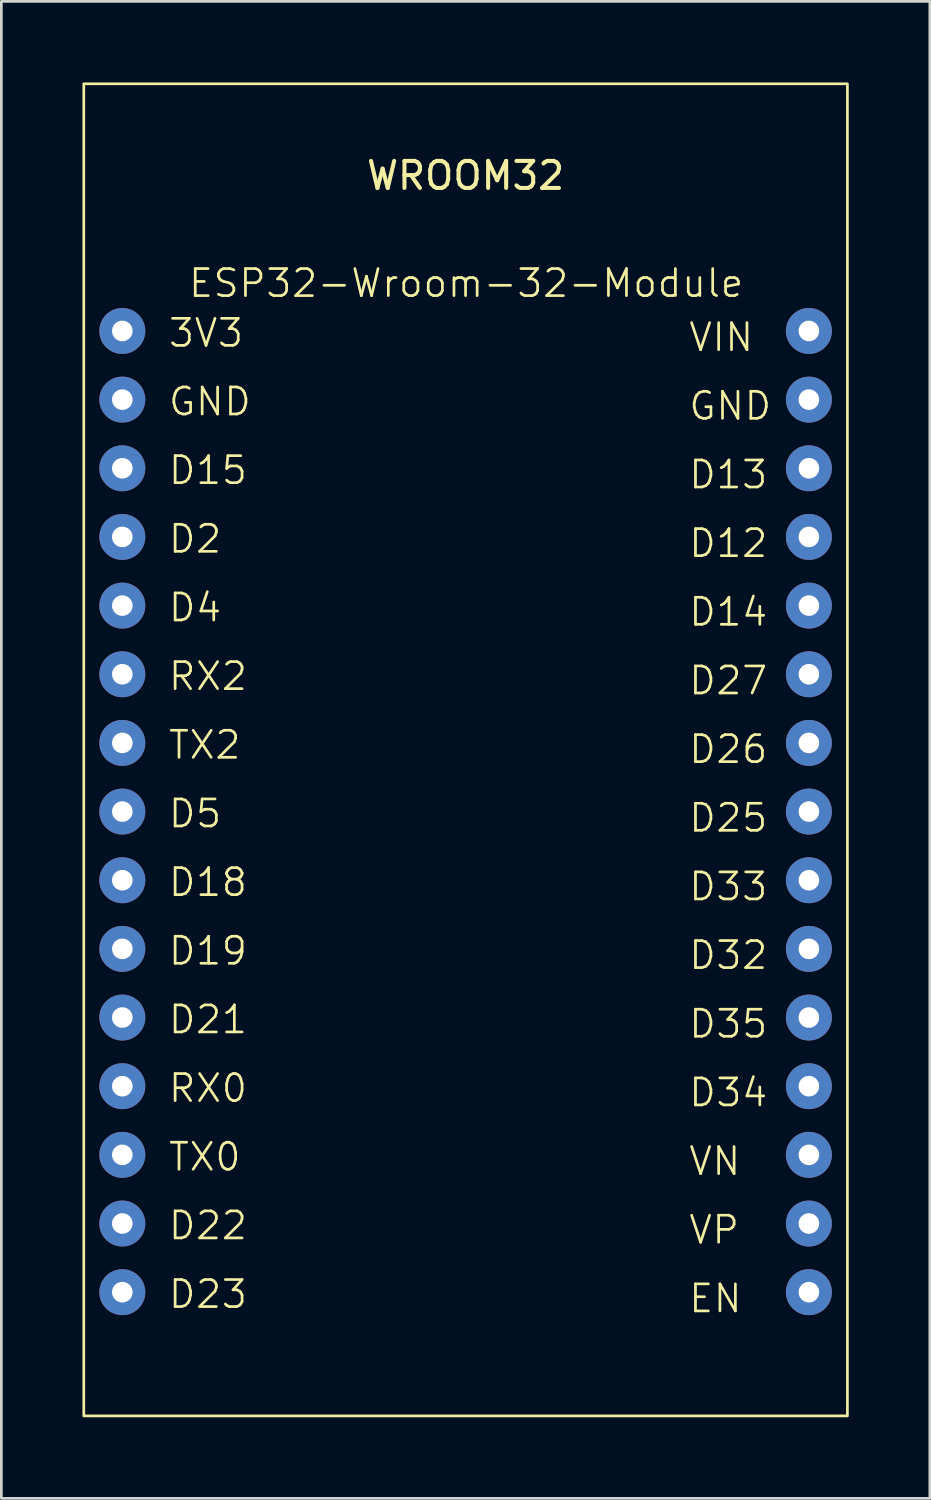
<source format=kicad_pcb>
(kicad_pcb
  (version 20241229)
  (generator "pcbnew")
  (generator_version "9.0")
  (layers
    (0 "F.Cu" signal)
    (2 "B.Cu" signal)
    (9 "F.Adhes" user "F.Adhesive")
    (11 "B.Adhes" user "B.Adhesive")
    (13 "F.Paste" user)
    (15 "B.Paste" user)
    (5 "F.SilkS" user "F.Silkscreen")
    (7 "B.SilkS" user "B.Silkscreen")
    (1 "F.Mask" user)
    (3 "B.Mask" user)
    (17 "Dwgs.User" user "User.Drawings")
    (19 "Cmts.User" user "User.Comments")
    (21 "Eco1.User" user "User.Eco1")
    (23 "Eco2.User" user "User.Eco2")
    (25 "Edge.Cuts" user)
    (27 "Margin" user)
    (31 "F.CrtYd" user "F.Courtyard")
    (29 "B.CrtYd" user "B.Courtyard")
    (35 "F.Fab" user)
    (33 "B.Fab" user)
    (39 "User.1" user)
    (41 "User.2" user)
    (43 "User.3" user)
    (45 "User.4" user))
  (footprint "ESP32-Wroom-32-Module"
    (layer "F.Cu")
    (at 1.475 1.574)
    (property "Reference" "ESP32-Wroom-32-Module" (at 12.722 5.854 0) (unlocked yes) (layer "F.SilkS") (effects (font (size 1 1) (thickness 0.1))))
    (attr through_hole)
    (fp_rect (start -1.425 -1.524) (end 26.825 47.758) (stroke (width 0.1) (type default)) (fill no) (layer "F.SilkS"))
    (fp_text user "VN" (at 20.9 38.92 0) (unlocked yes) (layer "F.SilkS") (effects (font (size 1 1) (thickness 0.1)) (justify left bottom)))
    (fp_text user "GND" (at 1.65 10.82 0) (unlocked yes) (layer "F.SilkS") (effects (font (size 1 1) (thickness 0.1)) (justify left bottom)))
    (fp_text user "VP" (at 20.9 41.46 0) (unlocked yes) (layer "F.SilkS") (effects (font (size 1 1) (thickness 0.1)) (justify left bottom)))
    (fp_text user "D13" (at 20.9 13.52 0) (unlocked yes) (layer "F.SilkS") (effects (font (size 1 1) (thickness 0.1)) (justify left bottom)))
    (fp_text user "TX2" (at 1.65 23.52 0) (unlocked yes) (layer "F.SilkS") (effects (font (size 1 1) (thickness 0.1)) (justify left bottom)))
    (fp_text user "GND" (at 20.9 10.98 0) (unlocked yes) (layer "F.SilkS") (effects (font (size 1 1) (thickness 0.1)) (justify left bottom)))
    (fp_text user "D2" (at 1.65 15.9 0) (unlocked yes) (layer "F.SilkS") (effects (font (size 1 1) (thickness 0.1)) (justify left bottom)))
    (fp_text user "VIN" (at 20.9 8.44 0) (unlocked yes) (layer "F.SilkS") (effects (font (size 1 1) (thickness 0.1)) (justify left bottom)))
    (fp_text user "D25" (at 20.9 26.22 0) (unlocked yes) (layer "F.SilkS") (effects (font (size 1 1) (thickness 0.1)) (justify left bottom)))
    (fp_text user "D12" (at 20.9 16.06 0) (unlocked yes) (layer "F.SilkS") (effects (font (size 1 1) (thickness 0.1)) (justify left bottom)))
    (fp_text user "D27" (at 20.9 21.14 0) (unlocked yes) (layer "F.SilkS") (effects (font (size 1 1) (thickness 0.1)) (justify left bottom)))
    (fp_text user "D32" (at 20.9 31.3 0) (unlocked yes) (layer "F.SilkS") (effects (font (size 1 1) (thickness 0.1)) (justify left bottom)))
    (fp_text user "D33" (at 20.9 28.76 0) (unlocked yes) (layer "F.SilkS") (effects (font (size 1 1) (thickness 0.1)) (justify left bottom)))
    (fp_text user "D4" (at 1.65 18.44 0) (unlocked yes) (layer "F.SilkS") (effects (font (size 1 1) (thickness 0.1)) (justify left bottom)))
    (fp_text user "D21" (at 1.65 33.68 0) (unlocked yes) (layer "F.SilkS") (effects (font (size 1 1) (thickness 0.1)) (justify left bottom)))
    (fp_text user "D34" (at 20.9 36.38 0) (unlocked yes) (layer "F.SilkS") (effects (font (size 1 1) (thickness 0.1)) (justify left bottom)))
    (fp_text user "D23" (at 1.65 43.84 0) (unlocked yes) (layer "F.SilkS") (effects (font (size 1 1) (thickness 0.1)) (justify left bottom)))
    (fp_text user "3V3" (at 1.65 8.28 0) (unlocked yes) (layer "F.SilkS") (effects (font (size 1 1) (thickness 0.1)) (justify left bottom)))
    (fp_text user "D19" (at 1.65 31.14 0) (unlocked yes) (layer "F.SilkS") (effects (font (size 1 1) (thickness 0.1)) (justify left bottom)))
    (fp_text user "D18" (at 1.65 28.6 0) (unlocked yes) (layer "F.SilkS") (effects (font (size 1 1) (thickness 0.1)) (justify left bottom)))
    (fp_text user "D26" (at 20.9 23.68 0) (unlocked yes) (layer "F.SilkS") (effects (font (size 1 1) (thickness 0.1)) (justify left bottom)))
    (fp_text user "D15" (at 1.65 13.36 0) (unlocked yes) (layer "F.SilkS") (effects (font (size 1 1) (thickness 0.1)) (justify left bottom)))
    (fp_text user "RX2" (at 1.65 20.98 0) (unlocked yes) (layer "F.SilkS") (effects (font (size 1 1) (thickness 0.1)) (justify left bottom)))
    (fp_text user "WROOM32" (at 12.7 1.874 0) (unlocked yes) (layer "F.SilkS") (effects (font (size 1 1) (thickness 0.15))))
    (fp_text user "D22" (at 1.65 41.3 0) (unlocked yes) (layer "F.SilkS") (effects (font (size 1 1) (thickness 0.1)) (justify left bottom)))
    (fp_text user "D35" (at 20.9 33.84 0) (unlocked yes) (layer "F.SilkS") (effects (font (size 1 1) (thickness 0.1)) (justify left bottom)))
    (fp_text user "D5" (at 1.65 26.06 0) (unlocked yes) (layer "F.SilkS") (effects (font (size 1 1) (thickness 0.1)) (justify left bottom)))
    (fp_text user "RX0" (at 1.65 36.22 0) (unlocked yes) (layer "F.SilkS") (effects (font (size 1 1) (thickness 0.1)) (justify left bottom)))
    (fp_text user "D14" (at 20.9 18.6 0) (unlocked yes) (layer "F.SilkS") (effects (font (size 1 1) (thickness 0.1)) (justify left bottom)))
    (fp_text user "EN" (at 20.9 44 0) (unlocked yes) (layer "F.SilkS") (effects (font (size 1 1) (thickness 0.1)) (justify left bottom)))
    (fp_text user "TX0" (at 1.65 38.76 0) (unlocked yes) (layer "F.SilkS") (effects (font (size 1 1) (thickness 0.1)) (justify left bottom)))
    (pad "1" thru_hole circle (at 0 7.62) (size 1.7 1.7) (drill 0.762) (layers "*.Cu" "*.Mask"))
    (pad "2" thru_hole circle (at 0 10.16) (size 1.7 1.7) (drill 0.762) (layers "*.Cu" "*.Mask"))
    (pad "3" thru_hole circle (at 0 12.7) (size 1.7 1.7) (drill 0.762) (layers "*.Cu" "*.Mask"))
    (pad "4" thru_hole circle (at 0 15.24) (size 1.7 1.7) (drill 0.762) (layers "*.Cu" "*.Mask"))
    (pad "5" thru_hole circle (at 0 17.78) (size 1.7 1.7) (drill 0.762) (layers "*.Cu" "*.Mask"))
    (pad "6" thru_hole circle (at 0 20.32) (size 1.7 1.7) (drill 0.762) (layers "*.Cu" "*.Mask"))
    (pad "7" thru_hole circle (at 0 22.86) (size 1.7 1.7) (drill 0.762) (layers "*.Cu" "*.Mask"))
    (pad "8" thru_hole circle (at 0 25.4) (size 1.7 1.7) (drill 0.762) (layers "*.Cu" "*.Mask"))
    (pad "9" thru_hole circle (at 0 27.94) (size 1.7 1.7) (drill 0.762) (layers "*.Cu" "*.Mask"))
    (pad "10" thru_hole circle (at 0 30.48) (size 1.7 1.7) (drill 0.762) (layers "*.Cu" "*.Mask"))
    (pad "11" thru_hole circle (at 0 33.02) (size 1.7 1.7) (drill 0.762) (layers "*.Cu" "*.Mask"))
    (pad "12" thru_hole circle (at 0 35.56) (size 1.7 1.7) (drill 0.762) (layers "*.Cu" "*.Mask"))
    (pad "13" thru_hole circle (at 0 38.1) (size 1.7 1.7) (drill 0.762) (layers "*.Cu" "*.Mask"))
    (pad "14" thru_hole circle (at 0 40.64) (size 1.7 1.7) (drill 0.762) (layers "*.Cu" "*.Mask"))
    (pad "15" thru_hole circle (at 0 43.18) (size 1.7 1.7) (drill 0.762) (layers "*.Cu" "*.Mask"))
    (pad "16" thru_hole circle (at 25.4 7.62) (size 1.7 1.7) (drill 0.762) (layers "*.Cu" "*.Mask"))
    (pad "17" thru_hole circle (at 25.4 10.16) (size 1.7 1.7) (drill 0.762) (layers "*.Cu" "*.Mask"))
    (pad "18" thru_hole circle (at 25.4 12.7) (size 1.7 1.7) (drill 0.762) (layers "*.Cu" "*.Mask"))
    (pad "19" thru_hole circle (at 25.4 15.24) (size 1.7 1.7) (drill 0.762) (layers "*.Cu" "*.Mask"))
    (pad "20" thru_hole circle (at 25.4 17.78) (size 1.7 1.7) (drill 0.762) (layers "*.Cu" "*.Mask"))
    (pad "21" thru_hole circle (at 25.4 20.32) (size 1.7 1.7) (drill 0.762) (layers "*.Cu" "*.Mask"))
    (pad "22" thru_hole circle (at 25.4 22.86) (size 1.7 1.7) (drill 0.762) (layers "*.Cu" "*.Mask"))
    (pad "23" thru_hole circle (at 25.4 25.4) (size 1.7 1.7) (drill 0.762) (layers "*.Cu" "*.Mask"))
    (pad "24" thru_hole circle (at 25.4 27.94) (size 1.7 1.7) (drill 0.762) (layers "*.Cu" "*.Mask"))
    (pad "25" thru_hole circle (at 25.4 30.48) (size 1.7 1.7) (drill 0.762) (layers "*.Cu" "*.Mask"))
    (pad "26" thru_hole circle (at 25.4 33.02) (size 1.7 1.7) (drill 0.762) (layers "*.Cu" "*.Mask"))
    (pad "27" thru_hole circle (at 25.4 35.56) (size 1.7 1.7) (drill 0.762) (layers "*.Cu" "*.Mask"))
    (pad "28" thru_hole circle (at 25.4 38.1) (size 1.7 1.7) (drill 0.762) (layers "*.Cu" "*.Mask"))
    (pad "29" thru_hole circle (at 25.4 40.64) (size 1.7 1.7) (drill 0.762) (layers "*.Cu" "*.Mask"))
    (pad "30" thru_hole circle (at 25.4 43.18) (size 1.7 1.7) (drill 0.762) (layers "*.Cu" "*.Mask")))
  (gr_rect
    (start -3 -3)
    (end 31.35 52.382)
    (stroke (width 0.1) (type default))
    (fill no)
    (layer "Edge.Cuts")))
</source>
